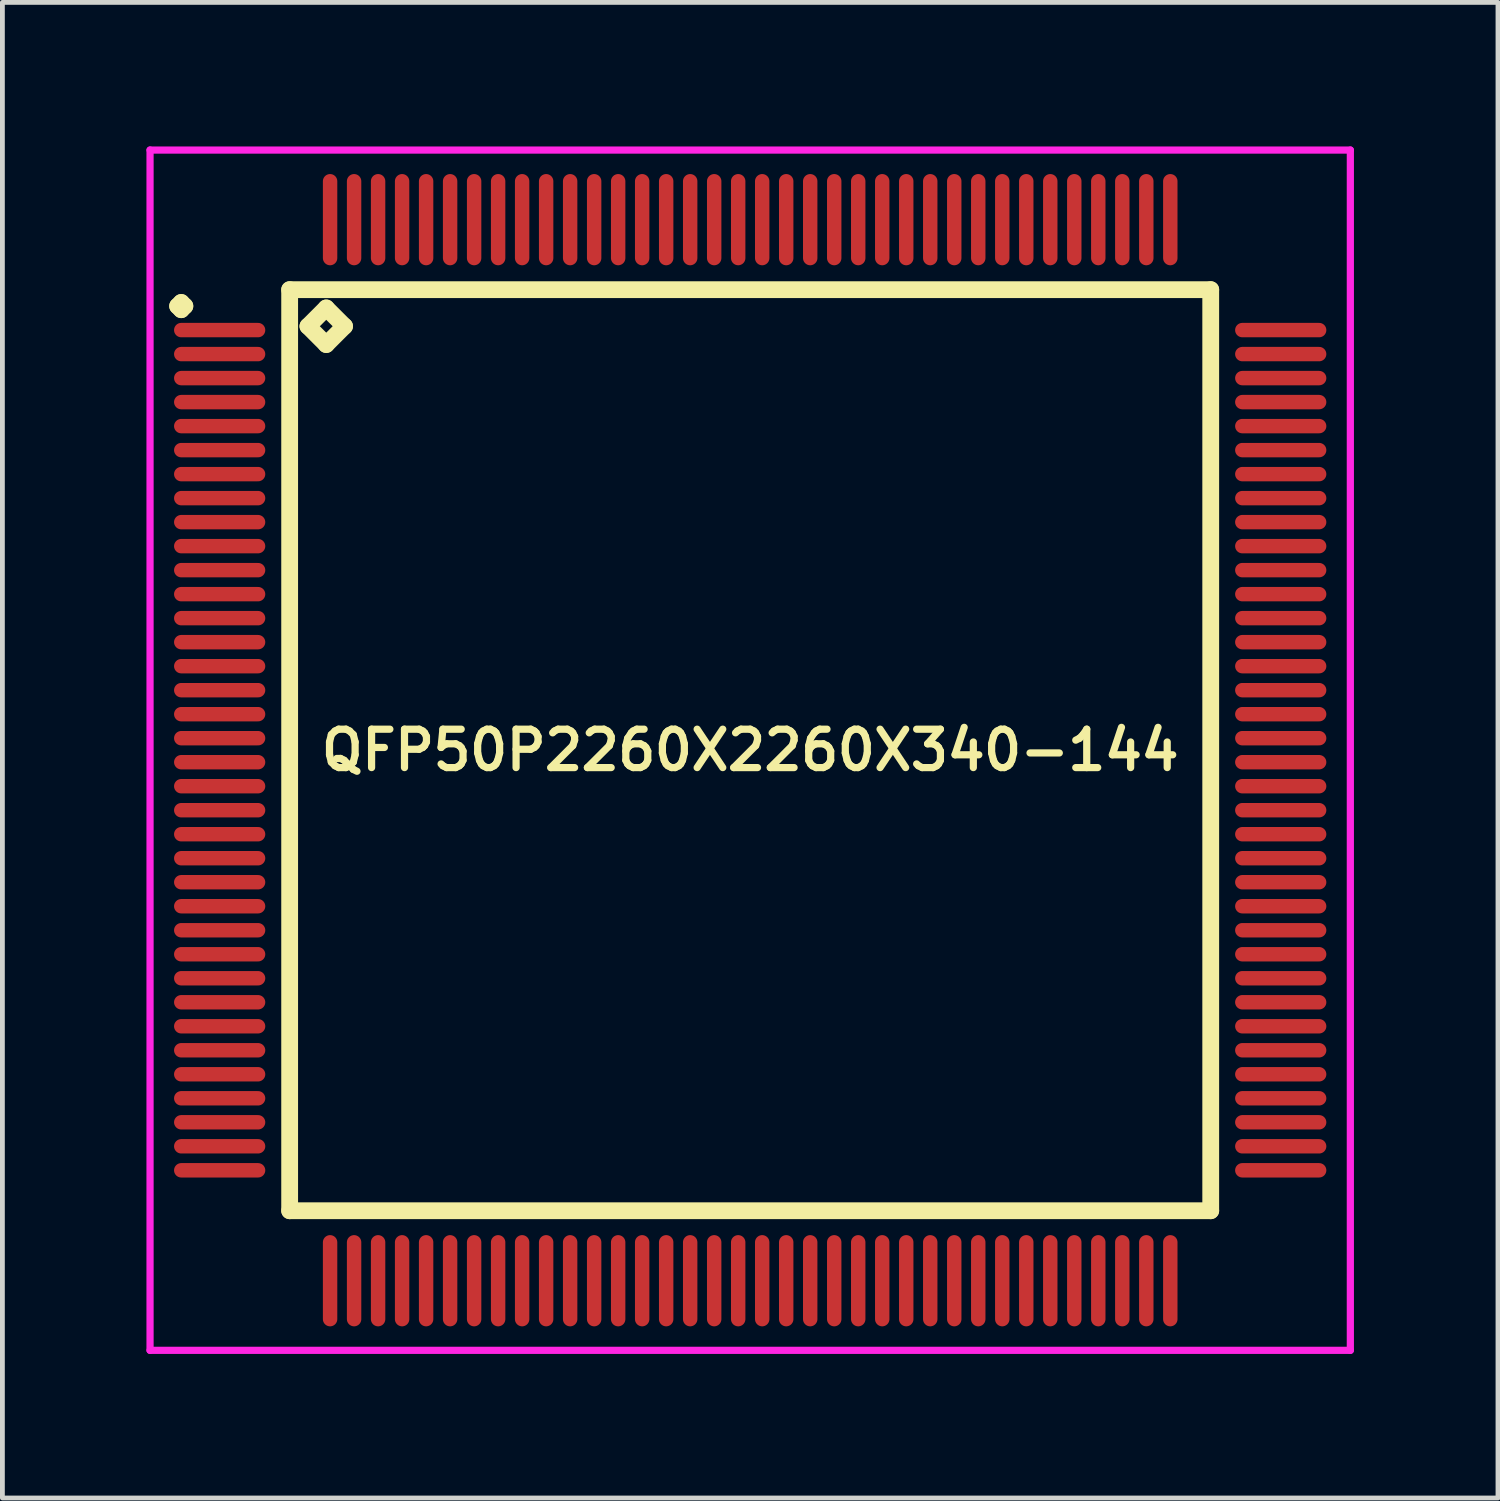
<source format=kicad_pcb>
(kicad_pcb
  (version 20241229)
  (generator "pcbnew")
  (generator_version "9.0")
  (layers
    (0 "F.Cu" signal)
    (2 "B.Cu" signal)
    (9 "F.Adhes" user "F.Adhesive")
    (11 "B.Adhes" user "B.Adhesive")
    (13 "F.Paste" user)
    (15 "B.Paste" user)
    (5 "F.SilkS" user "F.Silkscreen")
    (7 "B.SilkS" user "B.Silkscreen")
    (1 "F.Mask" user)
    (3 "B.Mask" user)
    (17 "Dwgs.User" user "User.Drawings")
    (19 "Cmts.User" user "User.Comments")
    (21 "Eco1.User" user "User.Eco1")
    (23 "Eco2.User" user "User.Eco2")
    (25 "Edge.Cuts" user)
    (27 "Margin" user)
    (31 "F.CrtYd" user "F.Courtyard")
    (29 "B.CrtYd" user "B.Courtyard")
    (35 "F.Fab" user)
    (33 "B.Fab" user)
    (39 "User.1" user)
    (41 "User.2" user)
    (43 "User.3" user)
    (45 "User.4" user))
  (footprint "QFP50P2260X2260X340-144"
    (layer "F.Cu")
    (at 12.575 12.575)
    (property "Reference" "QFP50P2260X2260X340-144" (at 0 0 0) (layer "F.SilkS") (effects (font (size 0.8 0.8) (thickness 0.15))))
    (attr smd)
    (fp_line (start -11.925 -9.25) (end -11.85 -9.325) (stroke (width 0.35) (type solid)) (layer "F.SilkS"))
    (fp_line (start -11.85 -9.325) (end -11.775 -9.25) (stroke (width 0.35) (type solid)) (layer "F.SilkS"))
    (fp_line (start -11.85 -9.175) (end -11.925 -9.25) (stroke (width 0.35) (type solid)) (layer "F.SilkS"))
    (fp_line (start -11.775 -9.25) (end -11.85 -9.175) (stroke (width 0.35) (type solid)) (layer "F.SilkS"))
    (fp_line (start -9.592 -9.592) (end -9.592 9.592) (stroke (width 0.35) (type solid)) (layer "F.SilkS"))
    (fp_line (start -9.592 9.592) (end 9.592 9.592) (stroke (width 0.35) (type solid)) (layer "F.SilkS"))
    (fp_line (start -9.211 -8.83) (end -8.83 -9.211) (stroke (width 0.35) (type solid)) (layer "F.SilkS"))
    (fp_line (start -8.83 -9.211) (end -8.449 -8.83) (stroke (width 0.35) (type solid)) (layer "F.SilkS"))
    (fp_line (start -8.83 -8.449) (end -9.211 -8.83) (stroke (width 0.35) (type solid)) (layer "F.SilkS"))
    (fp_line (start -8.449 -8.83) (end -8.83 -8.449) (stroke (width 0.35) (type solid)) (layer "F.SilkS"))
    (fp_line (start 9.592 -9.592) (end -9.592 -9.592) (stroke (width 0.35) (type solid)) (layer "F.SilkS"))
    (fp_line (start 9.592 9.592) (end 9.592 -9.592) (stroke (width 0.35) (type solid)) (layer "F.SilkS"))
    (fp_line (start -12.5 -12.5) (end 12.5 -12.5) (stroke (width 0.15) (type solid)) (layer "F.CrtYd"))
    (fp_line (start -12.5 12.5) (end -12.5 -12.5) (stroke (width 0.15) (type solid)) (layer "F.CrtYd"))
    (fp_line (start 12.5 -12.5) (end 12.5 12.5) (stroke (width 0.15) (type solid)) (layer "F.CrtYd"))
    (fp_line (start 12.5 12.5) (end -12.5 12.5) (stroke (width 0.15) (type solid)) (layer "F.CrtYd"))
    (pad "1" smd oval (at -11.05 -8.75) (size 1.9 0.3) (layers "F.Cu" "F.Mask" "F.Paste"))
    (pad "2" smd oval (at -11.05 -8.25) (size 1.9 0.3) (layers "F.Cu" "F.Mask" "F.Paste"))
    (pad "3" smd oval (at -11.05 -7.75) (size 1.9 0.3) (layers "F.Cu" "F.Mask" "F.Paste"))
    (pad "4" smd oval (at -11.05 -7.25) (size 1.9 0.3) (layers "F.Cu" "F.Mask" "F.Paste"))
    (pad "5" smd oval (at -11.05 -6.75) (size 1.9 0.3) (layers "F.Cu" "F.Mask" "F.Paste"))
    (pad "6" smd oval (at -11.05 -6.25) (size 1.9 0.3) (layers "F.Cu" "F.Mask" "F.Paste"))
    (pad "7" smd oval (at -11.05 -5.75) (size 1.9 0.3) (layers "F.Cu" "F.Mask" "F.Paste"))
    (pad "8" smd oval (at -11.05 -5.25) (size 1.9 0.3) (layers "F.Cu" "F.Mask" "F.Paste"))
    (pad "9" smd oval (at -11.05 -4.75) (size 1.9 0.3) (layers "F.Cu" "F.Mask" "F.Paste"))
    (pad "10" smd oval (at -11.05 -4.25) (size 1.9 0.3) (layers "F.Cu" "F.Mask" "F.Paste"))
    (pad "11" smd oval (at -11.05 -3.75) (size 1.9 0.3) (layers "F.Cu" "F.Mask" "F.Paste"))
    (pad "12" smd oval (at -11.05 -3.25) (size 1.9 0.3) (layers "F.Cu" "F.Mask" "F.Paste"))
    (pad "13" smd oval (at -11.05 -2.75) (size 1.9 0.3) (layers "F.Cu" "F.Mask" "F.Paste"))
    (pad "14" smd oval (at -11.05 -2.25) (size 1.9 0.3) (layers "F.Cu" "F.Mask" "F.Paste"))
    (pad "15" smd oval (at -11.05 -1.75) (size 1.9 0.3) (layers "F.Cu" "F.Mask" "F.Paste"))
    (pad "16" smd oval (at -11.05 -1.25) (size 1.9 0.3) (layers "F.Cu" "F.Mask" "F.Paste"))
    (pad "17" smd oval (at -11.05 -0.75) (size 1.9 0.3) (layers "F.Cu" "F.Mask" "F.Paste"))
    (pad "18" smd oval (at -11.05 -0.25) (size 1.9 0.3) (layers "F.Cu" "F.Mask" "F.Paste"))
    (pad "19" smd oval (at -11.05 0.25) (size 1.9 0.3) (layers "F.Cu" "F.Mask" "F.Paste"))
    (pad "20" smd oval (at -11.05 0.75) (size 1.9 0.3) (layers "F.Cu" "F.Mask" "F.Paste"))
    (pad "21" smd oval (at -11.05 1.25) (size 1.9 0.3) (layers "F.Cu" "F.Mask" "F.Paste"))
    (pad "22" smd oval (at -11.05 1.75) (size 1.9 0.3) (layers "F.Cu" "F.Mask" "F.Paste"))
    (pad "23" smd oval (at -11.05 2.25) (size 1.9 0.3) (layers "F.Cu" "F.Mask" "F.Paste"))
    (pad "24" smd oval (at -11.05 2.75) (size 1.9 0.3) (layers "F.Cu" "F.Mask" "F.Paste"))
    (pad "25" smd oval (at -11.05 3.25) (size 1.9 0.3) (layers "F.Cu" "F.Mask" "F.Paste"))
    (pad "26" smd oval (at -11.05 3.75) (size 1.9 0.3) (layers "F.Cu" "F.Mask" "F.Paste"))
    (pad "27" smd oval (at -11.05 4.25) (size 1.9 0.3) (layers "F.Cu" "F.Mask" "F.Paste"))
    (pad "28" smd oval (at -11.05 4.75) (size 1.9 0.3) (layers "F.Cu" "F.Mask" "F.Paste"))
    (pad "29" smd oval (at -11.05 5.25) (size 1.9 0.3) (layers "F.Cu" "F.Mask" "F.Paste"))
    (pad "30" smd oval (at -11.05 5.75) (size 1.9 0.3) (layers "F.Cu" "F.Mask" "F.Paste"))
    (pad "31" smd oval (at -11.05 6.25) (size 1.9 0.3) (layers "F.Cu" "F.Mask" "F.Paste"))
    (pad "32" smd oval (at -11.05 6.75) (size 1.9 0.3) (layers "F.Cu" "F.Mask" "F.Paste"))
    (pad "33" smd oval (at -11.05 7.25) (size 1.9 0.3) (layers "F.Cu" "F.Mask" "F.Paste"))
    (pad "34" smd oval (at -11.05 7.75) (size 1.9 0.3) (layers "F.Cu" "F.Mask" "F.Paste"))
    (pad "35" smd oval (at -11.05 8.25) (size 1.9 0.3) (layers "F.Cu" "F.Mask" "F.Paste"))
    (pad "36" smd oval (at -11.05 8.75) (size 1.9 0.3) (layers "F.Cu" "F.Mask" "F.Paste"))
    (pad "37" smd oval (at -8.75 11.05) (size 0.3 1.9) (layers "F.Cu" "F.Mask" "F.Paste"))
    (pad "38" smd oval (at -8.25 11.05) (size 0.3 1.9) (layers "F.Cu" "F.Mask" "F.Paste"))
    (pad "39" smd oval (at -7.75 11.05) (size 0.3 1.9) (layers "F.Cu" "F.Mask" "F.Paste"))
    (pad "40" smd oval (at -7.25 11.05) (size 0.3 1.9) (layers "F.Cu" "F.Mask" "F.Paste"))
    (pad "41" smd oval (at -6.75 11.05) (size 0.3 1.9) (layers "F.Cu" "F.Mask" "F.Paste"))
    (pad "42" smd oval (at -6.25 11.05) (size 0.3 1.9) (layers "F.Cu" "F.Mask" "F.Paste"))
    (pad "43" smd oval (at -5.75 11.05) (size 0.3 1.9) (layers "F.Cu" "F.Mask" "F.Paste"))
    (pad "44" smd oval (at -5.25 11.05) (size 0.3 1.9) (layers "F.Cu" "F.Mask" "F.Paste"))
    (pad "45" smd oval (at -4.75 11.05) (size 0.3 1.9) (layers "F.Cu" "F.Mask" "F.Paste"))
    (pad "46" smd oval (at -4.25 11.05) (size 0.3 1.9) (layers "F.Cu" "F.Mask" "F.Paste"))
    (pad "47" smd oval (at -3.75 11.05) (size 0.3 1.9) (layers "F.Cu" "F.Mask" "F.Paste"))
    (pad "48" smd oval (at -3.25 11.05) (size 0.3 1.9) (layers "F.Cu" "F.Mask" "F.Paste"))
    (pad "49" smd oval (at -2.75 11.05) (size 0.3 1.9) (layers "F.Cu" "F.Mask" "F.Paste"))
    (pad "50" smd oval (at -2.25 11.05) (size 0.3 1.9) (layers "F.Cu" "F.Mask" "F.Paste"))
    (pad "51" smd oval (at -1.75 11.05) (size 0.3 1.9) (layers "F.Cu" "F.Mask" "F.Paste"))
    (pad "52" smd oval (at -1.25 11.05) (size 0.3 1.9) (layers "F.Cu" "F.Mask" "F.Paste"))
    (pad "53" smd oval (at -0.75 11.05) (size 0.3 1.9) (layers "F.Cu" "F.Mask" "F.Paste"))
    (pad "54" smd oval (at -0.25 11.05) (size 0.3 1.9) (layers "F.Cu" "F.Mask" "F.Paste"))
    (pad "55" smd oval (at 0.25 11.05) (size 0.3 1.9) (layers "F.Cu" "F.Mask" "F.Paste"))
    (pad "56" smd oval (at 0.75 11.05) (size 0.3 1.9) (layers "F.Cu" "F.Mask" "F.Paste"))
    (pad "57" smd oval (at 1.25 11.05) (size 0.3 1.9) (layers "F.Cu" "F.Mask" "F.Paste"))
    (pad "58" smd oval (at 1.75 11.05) (size 0.3 1.9) (layers "F.Cu" "F.Mask" "F.Paste"))
    (pad "59" smd oval (at 2.25 11.05) (size 0.3 1.9) (layers "F.Cu" "F.Mask" "F.Paste"))
    (pad "60" smd oval (at 2.75 11.05) (size 0.3 1.9) (layers "F.Cu" "F.Mask" "F.Paste"))
    (pad "61" smd oval (at 3.25 11.05) (size 0.3 1.9) (layers "F.Cu" "F.Mask" "F.Paste"))
    (pad "62" smd oval (at 3.75 11.05) (size 0.3 1.9) (layers "F.Cu" "F.Mask" "F.Paste"))
    (pad "63" smd oval (at 4.25 11.05) (size 0.3 1.9) (layers "F.Cu" "F.Mask" "F.Paste"))
    (pad "64" smd oval (at 4.75 11.05) (size 0.3 1.9) (layers "F.Cu" "F.Mask" "F.Paste"))
    (pad "65" smd oval (at 5.25 11.05) (size 0.3 1.9) (layers "F.Cu" "F.Mask" "F.Paste"))
    (pad "66" smd oval (at 5.75 11.05) (size 0.3 1.9) (layers "F.Cu" "F.Mask" "F.Paste"))
    (pad "67" smd oval (at 6.25 11.05) (size 0.3 1.9) (layers "F.Cu" "F.Mask" "F.Paste"))
    (pad "68" smd oval (at 6.75 11.05) (size 0.3 1.9) (layers "F.Cu" "F.Mask" "F.Paste"))
    (pad "69" smd oval (at 7.25 11.05) (size 0.3 1.9) (layers "F.Cu" "F.Mask" "F.Paste"))
    (pad "70" smd oval (at 7.75 11.05) (size 0.3 1.9) (layers "F.Cu" "F.Mask" "F.Paste"))
    (pad "71" smd oval (at 8.25 11.05) (size 0.3 1.9) (layers "F.Cu" "F.Mask" "F.Paste"))
    (pad "72" smd oval (at 8.75 11.05) (size 0.3 1.9) (layers "F.Cu" "F.Mask" "F.Paste"))
    (pad "73" smd oval (at 11.05 8.75) (size 1.9 0.3) (layers "F.Cu" "F.Mask" "F.Paste"))
    (pad "74" smd oval (at 11.05 8.25) (size 1.9 0.3) (layers "F.Cu" "F.Mask" "F.Paste"))
    (pad "75" smd oval (at 11.05 7.75) (size 1.9 0.3) (layers "F.Cu" "F.Mask" "F.Paste"))
    (pad "76" smd oval (at 11.05 7.25) (size 1.9 0.3) (layers "F.Cu" "F.Mask" "F.Paste"))
    (pad "77" smd oval (at 11.05 6.75) (size 1.9 0.3) (layers "F.Cu" "F.Mask" "F.Paste"))
    (pad "78" smd oval (at 11.05 6.25) (size 1.9 0.3) (layers "F.Cu" "F.Mask" "F.Paste"))
    (pad "79" smd oval (at 11.05 5.75) (size 1.9 0.3) (layers "F.Cu" "F.Mask" "F.Paste"))
    (pad "80" smd oval (at 11.05 5.25) (size 1.9 0.3) (layers "F.Cu" "F.Mask" "F.Paste"))
    (pad "81" smd oval (at 11.05 4.75) (size 1.9 0.3) (layers "F.Cu" "F.Mask" "F.Paste"))
    (pad "82" smd oval (at 11.05 4.25) (size 1.9 0.3) (layers "F.Cu" "F.Mask" "F.Paste"))
    (pad "83" smd oval (at 11.05 3.75) (size 1.9 0.3) (layers "F.Cu" "F.Mask" "F.Paste"))
    (pad "84" smd oval (at 11.05 3.25) (size 1.9 0.3) (layers "F.Cu" "F.Mask" "F.Paste"))
    (pad "85" smd oval (at 11.05 2.75) (size 1.9 0.3) (layers "F.Cu" "F.Mask" "F.Paste"))
    (pad "86" smd oval (at 11.05 2.25) (size 1.9 0.3) (layers "F.Cu" "F.Mask" "F.Paste"))
    (pad "87" smd oval (at 11.05 1.75) (size 1.9 0.3) (layers "F.Cu" "F.Mask" "F.Paste"))
    (pad "88" smd oval (at 11.05 1.25) (size 1.9 0.3) (layers "F.Cu" "F.Mask" "F.Paste"))
    (pad "89" smd oval (at 11.05 0.75) (size 1.9 0.3) (layers "F.Cu" "F.Mask" "F.Paste"))
    (pad "90" smd oval (at 11.05 0.25) (size 1.9 0.3) (layers "F.Cu" "F.Mask" "F.Paste"))
    (pad "91" smd oval (at 11.05 -0.25) (size 1.9 0.3) (layers "F.Cu" "F.Mask" "F.Paste"))
    (pad "92" smd oval (at 11.05 -0.75) (size 1.9 0.3) (layers "F.Cu" "F.Mask" "F.Paste"))
    (pad "93" smd oval (at 11.05 -1.25) (size 1.9 0.3) (layers "F.Cu" "F.Mask" "F.Paste"))
    (pad "94" smd oval (at 11.05 -1.75) (size 1.9 0.3) (layers "F.Cu" "F.Mask" "F.Paste"))
    (pad "95" smd oval (at 11.05 -2.25) (size 1.9 0.3) (layers "F.Cu" "F.Mask" "F.Paste"))
    (pad "96" smd oval (at 11.05 -2.75) (size 1.9 0.3) (layers "F.Cu" "F.Mask" "F.Paste"))
    (pad "97" smd oval (at 11.05 -3.25) (size 1.9 0.3) (layers "F.Cu" "F.Mask" "F.Paste"))
    (pad "98" smd oval (at 11.05 -3.75) (size 1.9 0.3) (layers "F.Cu" "F.Mask" "F.Paste"))
    (pad "99" smd oval (at 11.05 -4.25) (size 1.9 0.3) (layers "F.Cu" "F.Mask" "F.Paste"))
    (pad "100" smd oval (at 11.05 -4.75) (size 1.9 0.3) (layers "F.Cu" "F.Mask" "F.Paste"))
    (pad "101" smd oval (at 11.05 -5.25) (size 1.9 0.3) (layers "F.Cu" "F.Mask" "F.Paste"))
    (pad "102" smd oval (at 11.05 -5.75) (size 1.9 0.3) (layers "F.Cu" "F.Mask" "F.Paste"))
    (pad "103" smd oval (at 11.05 -6.25) (size 1.9 0.3) (layers "F.Cu" "F.Mask" "F.Paste"))
    (pad "104" smd oval (at 11.05 -6.75) (size 1.9 0.3) (layers "F.Cu" "F.Mask" "F.Paste"))
    (pad "105" smd oval (at 11.05 -7.25) (size 1.9 0.3) (layers "F.Cu" "F.Mask" "F.Paste"))
    (pad "106" smd oval (at 11.05 -7.75) (size 1.9 0.3) (layers "F.Cu" "F.Mask" "F.Paste"))
    (pad "107" smd oval (at 11.05 -8.25) (size 1.9 0.3) (layers "F.Cu" "F.Mask" "F.Paste"))
    (pad "108" smd oval (at 11.05 -8.75) (size 1.9 0.3) (layers "F.Cu" "F.Mask" "F.Paste"))
    (pad "109" smd oval (at 8.75 -11.05) (size 0.3 1.9) (layers "F.Cu" "F.Mask" "F.Paste"))
    (pad "110" smd oval (at 8.25 -11.05) (size 0.3 1.9) (layers "F.Cu" "F.Mask" "F.Paste"))
    (pad "111" smd oval (at 7.75 -11.05) (size 0.3 1.9) (layers "F.Cu" "F.Mask" "F.Paste"))
    (pad "112" smd oval (at 7.25 -11.05) (size 0.3 1.9) (layers "F.Cu" "F.Mask" "F.Paste"))
    (pad "113" smd oval (at 6.75 -11.05) (size 0.3 1.9) (layers "F.Cu" "F.Mask" "F.Paste"))
    (pad "114" smd oval (at 6.25 -11.05) (size 0.3 1.9) (layers "F.Cu" "F.Mask" "F.Paste"))
    (pad "115" smd oval (at 5.75 -11.05) (size 0.3 1.9) (layers "F.Cu" "F.Mask" "F.Paste"))
    (pad "116" smd oval (at 5.25 -11.05) (size 0.3 1.9) (layers "F.Cu" "F.Mask" "F.Paste"))
    (pad "117" smd oval (at 4.75 -11.05) (size 0.3 1.9) (layers "F.Cu" "F.Mask" "F.Paste"))
    (pad "118" smd oval (at 4.25 -11.05) (size 0.3 1.9) (layers "F.Cu" "F.Mask" "F.Paste"))
    (pad "119" smd oval (at 3.75 -11.05) (size 0.3 1.9) (layers "F.Cu" "F.Mask" "F.Paste"))
    (pad "120" smd oval (at 3.25 -11.05) (size 0.3 1.9) (layers "F.Cu" "F.Mask" "F.Paste"))
    (pad "121" smd oval (at 2.75 -11.05) (size 0.3 1.9) (layers "F.Cu" "F.Mask" "F.Paste"))
    (pad "122" smd oval (at 2.25 -11.05) (size 0.3 1.9) (layers "F.Cu" "F.Mask" "F.Paste"))
    (pad "123" smd oval (at 1.75 -11.05) (size 0.3 1.9) (layers "F.Cu" "F.Mask" "F.Paste"))
    (pad "124" smd oval (at 1.25 -11.05) (size 0.3 1.9) (layers "F.Cu" "F.Mask" "F.Paste"))
    (pad "125" smd oval (at 0.75 -11.05) (size 0.3 1.9) (layers "F.Cu" "F.Mask" "F.Paste"))
    (pad "126" smd oval (at 0.25 -11.05) (size 0.3 1.9) (layers "F.Cu" "F.Mask" "F.Paste"))
    (pad "127" smd oval (at -0.25 -11.05) (size 0.3 1.9) (layers "F.Cu" "F.Mask" "F.Paste"))
    (pad "128" smd oval (at -0.75 -11.05) (size 0.3 1.9) (layers "F.Cu" "F.Mask" "F.Paste"))
    (pad "129" smd oval (at -1.25 -11.05) (size 0.3 1.9) (layers "F.Cu" "F.Mask" "F.Paste"))
    (pad "130" smd oval (at -1.75 -11.05) (size 0.3 1.9) (layers "F.Cu" "F.Mask" "F.Paste"))
    (pad "131" smd oval (at -2.25 -11.05) (size 0.3 1.9) (layers "F.Cu" "F.Mask" "F.Paste"))
    (pad "132" smd oval (at -2.75 -11.05) (size 0.3 1.9) (layers "F.Cu" "F.Mask" "F.Paste"))
    (pad "133" smd oval (at -3.25 -11.05) (size 0.3 1.9) (layers "F.Cu" "F.Mask" "F.Paste"))
    (pad "134" smd oval (at -3.75 -11.05) (size 0.3 1.9) (layers "F.Cu" "F.Mask" "F.Paste"))
    (pad "135" smd oval (at -4.25 -11.05) (size 0.3 1.9) (layers "F.Cu" "F.Mask" "F.Paste"))
    (pad "136" smd oval (at -4.75 -11.05) (size 0.3 1.9) (layers "F.Cu" "F.Mask" "F.Paste"))
    (pad "137" smd oval (at -5.25 -11.05) (size 0.3 1.9) (layers "F.Cu" "F.Mask" "F.Paste"))
    (pad "138" smd oval (at -5.75 -11.05) (size 0.3 1.9) (layers "F.Cu" "F.Mask" "F.Paste"))
    (pad "139" smd oval (at -6.25 -11.05) (size 0.3 1.9) (layers "F.Cu" "F.Mask" "F.Paste"))
    (pad "140" smd oval (at -6.75 -11.05) (size 0.3 1.9) (layers "F.Cu" "F.Mask" "F.Paste"))
    (pad "141" smd oval (at -7.25 -11.05) (size 0.3 1.9) (layers "F.Cu" "F.Mask" "F.Paste"))
    (pad "142" smd oval (at -7.75 -11.05) (size 0.3 1.9) (layers "F.Cu" "F.Mask" "F.Paste"))
    (pad "143" smd oval (at -8.25 -11.05) (size 0.3 1.9) (layers "F.Cu" "F.Mask" "F.Paste"))
    (pad "144" smd oval (at -8.75 -11.05) (size 0.3 1.9) (layers "F.Cu" "F.Mask" "F.Paste")))
  (gr_rect
    (start -3 -3)
    (end 28.15 28.15)
    (stroke (width 0.1) (type default))
    (fill no)
    (layer "Edge.Cuts")))
</source>
